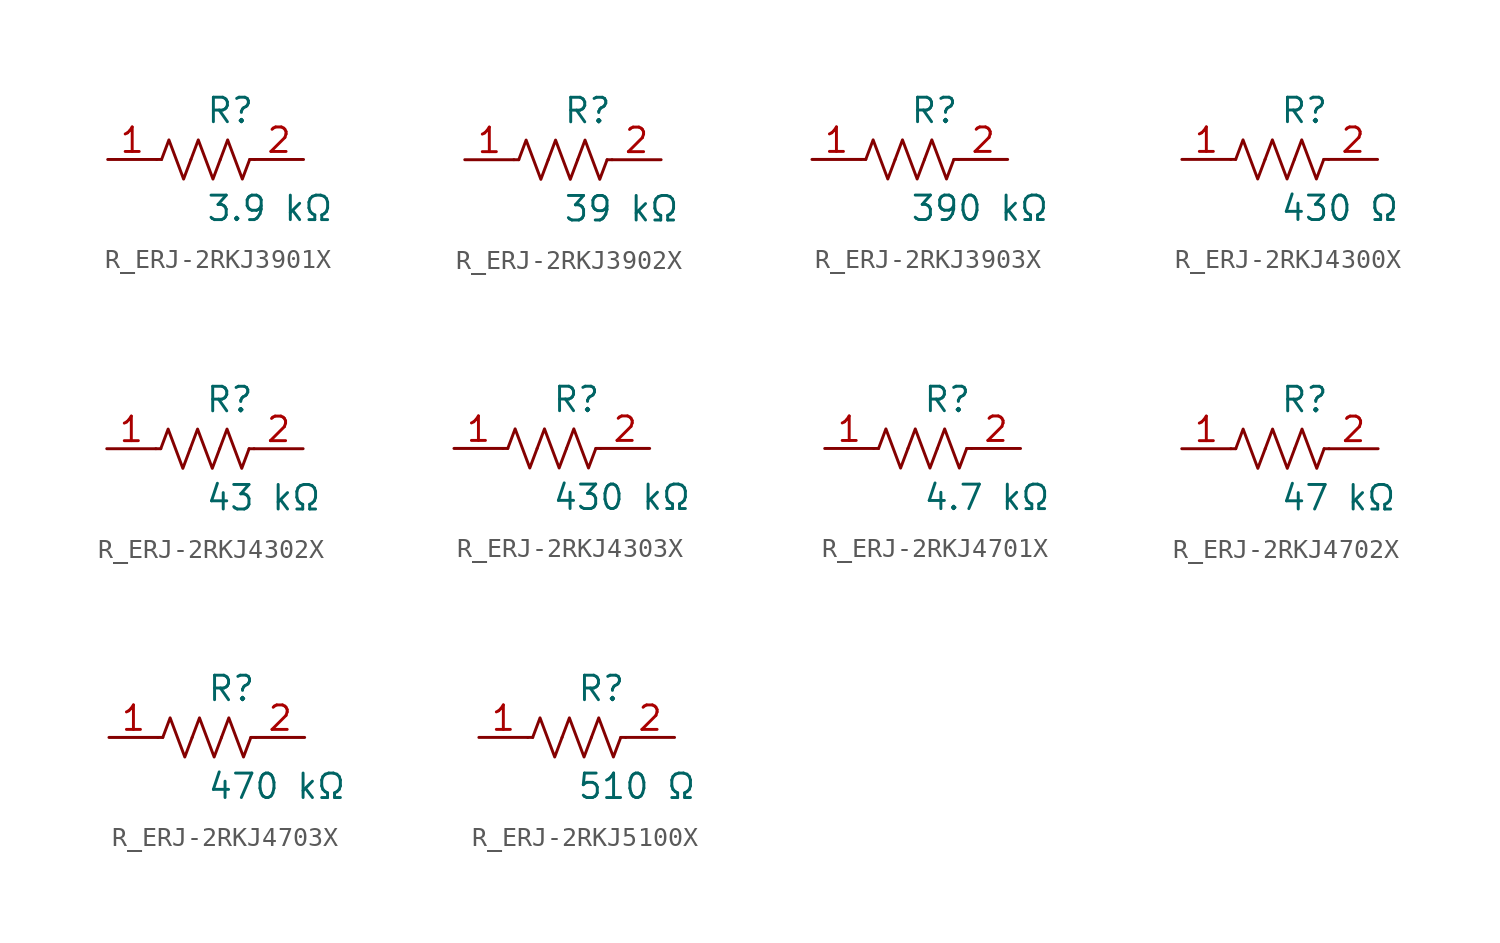
<source format=kicad_sym>
(kicad_symbol_lib
  (version 20231120)
  (generator kicad_symbol_editor)
  (generator_version 8.0)
  (symbol "R_ERJ-2RKJ3901X"
    (pin_names
      (offset 0.254))
    (property "Reference" "R"
      (at 0.0 2.54 0)
      (effects (font (size 1.27 1.27)) (justify left)))
    (property "Value" "3.9 kΩ"
      (at 0.0 -2.54 0)
      (effects (font (size 1.27 1.27)) (justify left)))
    (symbol "R_ERJ-2RKJ3901X_0_1"
      (polyline (pts (xy 2.286 0) (xy 2.54 0)) (stroke (width 0) (type default)) (fill (type none)))
      (polyline (pts (xy -2.286 0) (xy -2.54 0)) (stroke (width 0) (type default)) (fill (type none)))
      (polyline (pts (xy 0.762 0) (xy 1.143 1.016) (xy 1.524 0) (xy 1.905 -1.016) (xy 2.286 0)) (stroke (width 0) (type default)) (fill (type none)))
      (polyline (pts (xy -0.762 0) (xy -0.381 1.016) (xy 0 0) (xy 0.381 -1.016) (xy 0.762 0)) (stroke (width 0) (type default)) (fill (type none)))
      (polyline (pts (xy -2.286 0) (xy -1.905 1.016) (xy -1.524 0) (xy -1.143 -1.016) (xy -0.762 0)) (stroke (width 0) (type default)) (fill (type none))))
    (pin unspecified line
      (at -5.08 0 0)
      (length 2.54)
      (name "" (effects (font (size 1.27 1.27))))
      (number "1" (effects (font (size 1.27 1.27)))))
    (pin unspecified line
      (at 5.08 0 180)
      (length 2.54)
      (name "" (effects (font (size 1.27 1.27))))
      (number "2" (effects (font (size 1.27 1.27))))))
  (symbol "R_ERJ-2RKJ3902X"
    (pin_names
      (offset 0.254))
    (property "Reference" "R"
      (at 0.0 2.54 0)
      (effects (font (size 1.27 1.27)) (justify left)))
    (property "Value" "39 kΩ"
      (at 0.0 -2.54 0)
      (effects (font (size 1.27 1.27)) (justify left)))
    (symbol "R_ERJ-2RKJ3902X_0_1"
      (polyline (pts (xy 2.286 0) (xy 2.54 0)) (stroke (width 0) (type default)) (fill (type none)))
      (polyline (pts (xy -2.286 0) (xy -2.54 0)) (stroke (width 0) (type default)) (fill (type none)))
      (polyline (pts (xy 0.762 0) (xy 1.143 1.016) (xy 1.524 0) (xy 1.905 -1.016) (xy 2.286 0)) (stroke (width 0) (type default)) (fill (type none)))
      (polyline (pts (xy -0.762 0) (xy -0.381 1.016) (xy 0 0) (xy 0.381 -1.016) (xy 0.762 0)) (stroke (width 0) (type default)) (fill (type none)))
      (polyline (pts (xy -2.286 0) (xy -1.905 1.016) (xy -1.524 0) (xy -1.143 -1.016) (xy -0.762 0)) (stroke (width 0) (type default)) (fill (type none))))
    (pin unspecified line
      (at -5.08 0 0)
      (length 2.54)
      (name "" (effects (font (size 1.27 1.27))))
      (number "1" (effects (font (size 1.27 1.27)))))
    (pin unspecified line
      (at 5.08 0 180)
      (length 2.54)
      (name "" (effects (font (size 1.27 1.27))))
      (number "2" (effects (font (size 1.27 1.27))))))
  (symbol "R_ERJ-2RKJ3903X"
    (pin_names
      (offset 0.254))
    (property "Reference" "R"
      (at 0.0 2.54 0)
      (effects (font (size 1.27 1.27)) (justify left)))
    (property "Value" "390 kΩ"
      (at 0.0 -2.54 0)
      (effects (font (size 1.27 1.27)) (justify left)))
    (symbol "R_ERJ-2RKJ3903X_0_1"
      (polyline (pts (xy 2.286 0) (xy 2.54 0)) (stroke (width 0) (type default)) (fill (type none)))
      (polyline (pts (xy -2.286 0) (xy -2.54 0)) (stroke (width 0) (type default)) (fill (type none)))
      (polyline (pts (xy 0.762 0) (xy 1.143 1.016) (xy 1.524 0) (xy 1.905 -1.016) (xy 2.286 0)) (stroke (width 0) (type default)) (fill (type none)))
      (polyline (pts (xy -0.762 0) (xy -0.381 1.016) (xy 0 0) (xy 0.381 -1.016) (xy 0.762 0)) (stroke (width 0) (type default)) (fill (type none)))
      (polyline (pts (xy -2.286 0) (xy -1.905 1.016) (xy -1.524 0) (xy -1.143 -1.016) (xy -0.762 0)) (stroke (width 0) (type default)) (fill (type none))))
    (pin unspecified line
      (at -5.08 0 0)
      (length 2.54)
      (name "" (effects (font (size 1.27 1.27))))
      (number "1" (effects (font (size 1.27 1.27)))))
    (pin unspecified line
      (at 5.08 0 180)
      (length 2.54)
      (name "" (effects (font (size 1.27 1.27))))
      (number "2" (effects (font (size 1.27 1.27))))))
  (symbol "R_ERJ-2RKJ4300X"
    (pin_names
      (offset 0.254))
    (property "Reference" "R"
      (at 0.0 2.54 0)
      (effects (font (size 1.27 1.27)) (justify left)))
    (property "Value" "430 Ω"
      (at 0.0 -2.54 0)
      (effects (font (size 1.27 1.27)) (justify left)))
    (symbol "R_ERJ-2RKJ4300X_0_1"
      (polyline (pts (xy 2.286 0) (xy 2.54 0)) (stroke (width 0) (type default)) (fill (type none)))
      (polyline (pts (xy -2.286 0) (xy -2.54 0)) (stroke (width 0) (type default)) (fill (type none)))
      (polyline (pts (xy 0.762 0) (xy 1.143 1.016) (xy 1.524 0) (xy 1.905 -1.016) (xy 2.286 0)) (stroke (width 0) (type default)) (fill (type none)))
      (polyline (pts (xy -0.762 0) (xy -0.381 1.016) (xy 0 0) (xy 0.381 -1.016) (xy 0.762 0)) (stroke (width 0) (type default)) (fill (type none)))
      (polyline (pts (xy -2.286 0) (xy -1.905 1.016) (xy -1.524 0) (xy -1.143 -1.016) (xy -0.762 0)) (stroke (width 0) (type default)) (fill (type none))))
    (pin unspecified line
      (at -5.08 0 0)
      (length 2.54)
      (name "" (effects (font (size 1.27 1.27))))
      (number "1" (effects (font (size 1.27 1.27)))))
    (pin unspecified line
      (at 5.08 0 180)
      (length 2.54)
      (name "" (effects (font (size 1.27 1.27))))
      (number "2" (effects (font (size 1.27 1.27))))))
  (symbol "R_ERJ-2RKJ4302X"
    (pin_names
      (offset 0.254))
    (property "Reference" "R"
      (at 0.0 2.54 0)
      (effects (font (size 1.27 1.27)) (justify left)))
    (property "Value" "43 kΩ"
      (at 0.0 -2.54 0)
      (effects (font (size 1.27 1.27)) (justify left)))
    (symbol "R_ERJ-2RKJ4302X_0_1"
      (polyline (pts (xy 2.286 0) (xy 2.54 0)) (stroke (width 0) (type default)) (fill (type none)))
      (polyline (pts (xy -2.286 0) (xy -2.54 0)) (stroke (width 0) (type default)) (fill (type none)))
      (polyline (pts (xy 0.762 0) (xy 1.143 1.016) (xy 1.524 0) (xy 1.905 -1.016) (xy 2.286 0)) (stroke (width 0) (type default)) (fill (type none)))
      (polyline (pts (xy -0.762 0) (xy -0.381 1.016) (xy 0 0) (xy 0.381 -1.016) (xy 0.762 0)) (stroke (width 0) (type default)) (fill (type none)))
      (polyline (pts (xy -2.286 0) (xy -1.905 1.016) (xy -1.524 0) (xy -1.143 -1.016) (xy -0.762 0)) (stroke (width 0) (type default)) (fill (type none))))
    (pin unspecified line
      (at -5.08 0 0)
      (length 2.54)
      (name "" (effects (font (size 1.27 1.27))))
      (number "1" (effects (font (size 1.27 1.27)))))
    (pin unspecified line
      (at 5.08 0 180)
      (length 2.54)
      (name "" (effects (font (size 1.27 1.27))))
      (number "2" (effects (font (size 1.27 1.27))))))
  (symbol "R_ERJ-2RKJ4303X"
    (pin_names
      (offset 0.254))
    (property "Reference" "R"
      (at 0.0 2.54 0)
      (effects (font (size 1.27 1.27)) (justify left)))
    (property "Value" "430 kΩ"
      (at 0.0 -2.54 0)
      (effects (font (size 1.27 1.27)) (justify left)))
    (symbol "R_ERJ-2RKJ4303X_0_1"
      (polyline (pts (xy 2.286 0) (xy 2.54 0)) (stroke (width 0) (type default)) (fill (type none)))
      (polyline (pts (xy -2.286 0) (xy -2.54 0)) (stroke (width 0) (type default)) (fill (type none)))
      (polyline (pts (xy 0.762 0) (xy 1.143 1.016) (xy 1.524 0) (xy 1.905 -1.016) (xy 2.286 0)) (stroke (width 0) (type default)) (fill (type none)))
      (polyline (pts (xy -0.762 0) (xy -0.381 1.016) (xy 0 0) (xy 0.381 -1.016) (xy 0.762 0)) (stroke (width 0) (type default)) (fill (type none)))
      (polyline (pts (xy -2.286 0) (xy -1.905 1.016) (xy -1.524 0) (xy -1.143 -1.016) (xy -0.762 0)) (stroke (width 0) (type default)) (fill (type none))))
    (pin unspecified line
      (at -5.08 0 0)
      (length 2.54)
      (name "" (effects (font (size 1.27 1.27))))
      (number "1" (effects (font (size 1.27 1.27)))))
    (pin unspecified line
      (at 5.08 0 180)
      (length 2.54)
      (name "" (effects (font (size 1.27 1.27))))
      (number "2" (effects (font (size 1.27 1.27))))))
  (symbol "R_ERJ-2RKJ4701X"
    (pin_names
      (offset 0.254))
    (property "Reference" "R"
      (at 0.0 2.54 0)
      (effects (font (size 1.27 1.27)) (justify left)))
    (property "Value" "4.7 kΩ"
      (at 0.0 -2.54 0)
      (effects (font (size 1.27 1.27)) (justify left)))
    (symbol "R_ERJ-2RKJ4701X_0_1"
      (polyline (pts (xy 2.286 0) (xy 2.54 0)) (stroke (width 0) (type default)) (fill (type none)))
      (polyline (pts (xy -2.286 0) (xy -2.54 0)) (stroke (width 0) (type default)) (fill (type none)))
      (polyline (pts (xy 0.762 0) (xy 1.143 1.016) (xy 1.524 0) (xy 1.905 -1.016) (xy 2.286 0)) (stroke (width 0) (type default)) (fill (type none)))
      (polyline (pts (xy -0.762 0) (xy -0.381 1.016) (xy 0 0) (xy 0.381 -1.016) (xy 0.762 0)) (stroke (width 0) (type default)) (fill (type none)))
      (polyline (pts (xy -2.286 0) (xy -1.905 1.016) (xy -1.524 0) (xy -1.143 -1.016) (xy -0.762 0)) (stroke (width 0) (type default)) (fill (type none))))
    (pin unspecified line
      (at -5.08 0 0)
      (length 2.54)
      (name "" (effects (font (size 1.27 1.27))))
      (number "1" (effects (font (size 1.27 1.27)))))
    (pin unspecified line
      (at 5.08 0 180)
      (length 2.54)
      (name "" (effects (font (size 1.27 1.27))))
      (number "2" (effects (font (size 1.27 1.27))))))
  (symbol "R_ERJ-2RKJ4702X"
    (pin_names
      (offset 0.254))
    (property "Reference" "R"
      (at 0.0 2.54 0)
      (effects (font (size 1.27 1.27)) (justify left)))
    (property "Value" "47 kΩ"
      (at 0.0 -2.54 0)
      (effects (font (size 1.27 1.27)) (justify left)))
    (symbol "R_ERJ-2RKJ4702X_0_1"
      (polyline (pts (xy 2.286 0) (xy 2.54 0)) (stroke (width 0) (type default)) (fill (type none)))
      (polyline (pts (xy -2.286 0) (xy -2.54 0)) (stroke (width 0) (type default)) (fill (type none)))
      (polyline (pts (xy 0.762 0) (xy 1.143 1.016) (xy 1.524 0) (xy 1.905 -1.016) (xy 2.286 0)) (stroke (width 0) (type default)) (fill (type none)))
      (polyline (pts (xy -0.762 0) (xy -0.381 1.016) (xy 0 0) (xy 0.381 -1.016) (xy 0.762 0)) (stroke (width 0) (type default)) (fill (type none)))
      (polyline (pts (xy -2.286 0) (xy -1.905 1.016) (xy -1.524 0) (xy -1.143 -1.016) (xy -0.762 0)) (stroke (width 0) (type default)) (fill (type none))))
    (pin unspecified line
      (at -5.08 0 0)
      (length 2.54)
      (name "" (effects (font (size 1.27 1.27))))
      (number "1" (effects (font (size 1.27 1.27)))))
    (pin unspecified line
      (at 5.08 0 180)
      (length 2.54)
      (name "" (effects (font (size 1.27 1.27))))
      (number "2" (effects (font (size 1.27 1.27))))))
  (symbol "R_ERJ-2RKJ4703X"
    (pin_names
      (offset 0.254))
    (property "Reference" "R"
      (at 0.0 2.54 0)
      (effects (font (size 1.27 1.27)) (justify left)))
    (property "Value" "470 kΩ"
      (at 0.0 -2.54 0)
      (effects (font (size 1.27 1.27)) (justify left)))
    (symbol "R_ERJ-2RKJ4703X_0_1"
      (polyline (pts (xy 2.286 0) (xy 2.54 0)) (stroke (width 0) (type default)) (fill (type none)))
      (polyline (pts (xy -2.286 0) (xy -2.54 0)) (stroke (width 0) (type default)) (fill (type none)))
      (polyline (pts (xy 0.762 0) (xy 1.143 1.016) (xy 1.524 0) (xy 1.905 -1.016) (xy 2.286 0)) (stroke (width 0) (type default)) (fill (type none)))
      (polyline (pts (xy -0.762 0) (xy -0.381 1.016) (xy 0 0) (xy 0.381 -1.016) (xy 0.762 0)) (stroke (width 0) (type default)) (fill (type none)))
      (polyline (pts (xy -2.286 0) (xy -1.905 1.016) (xy -1.524 0) (xy -1.143 -1.016) (xy -0.762 0)) (stroke (width 0) (type default)) (fill (type none))))
    (pin unspecified line
      (at -5.08 0 0)
      (length 2.54)
      (name "" (effects (font (size 1.27 1.27))))
      (number "1" (effects (font (size 1.27 1.27)))))
    (pin unspecified line
      (at 5.08 0 180)
      (length 2.54)
      (name "" (effects (font (size 1.27 1.27))))
      (number "2" (effects (font (size 1.27 1.27))))))
  (symbol "R_ERJ-2RKJ5100X"
    (pin_names
      (offset 0.254))
    (property "Reference" "R"
      (at 0.0 2.54 0)
      (effects (font (size 1.27 1.27)) (justify left)))
    (property "Value" "510 Ω"
      (at 0.0 -2.54 0)
      (effects (font (size 1.27 1.27)) (justify left)))
    (symbol "R_ERJ-2RKJ5100X_0_1"
      (polyline (pts (xy 2.286 0) (xy 2.54 0)) (stroke (width 0) (type default)) (fill (type none)))
      (polyline (pts (xy -2.286 0) (xy -2.54 0)) (stroke (width 0) (type default)) (fill (type none)))
      (polyline (pts (xy 0.762 0) (xy 1.143 1.016) (xy 1.524 0) (xy 1.905 -1.016) (xy 2.286 0)) (stroke (width 0) (type default)) (fill (type none)))
      (polyline (pts (xy -0.762 0) (xy -0.381 1.016) (xy 0 0) (xy 0.381 -1.016) (xy 0.762 0)) (stroke (width 0) (type default)) (fill (type none)))
      (polyline (pts (xy -2.286 0) (xy -1.905 1.016) (xy -1.524 0) (xy -1.143 -1.016) (xy -0.762 0)) (stroke (width 0) (type default)) (fill (type none))))
    (pin unspecified line
      (at -5.08 0 0)
      (length 2.54)
      (name "" (effects (font (size 1.27 1.27))))
      (number "1" (effects (font (size 1.27 1.27)))))
    (pin unspecified line
      (at 5.08 0 180)
      (length 2.54)
      (name "" (effects (font (size 1.27 1.27))))
      (number "2" (effects (font (size 1.27 1.27)))))))
</source>
